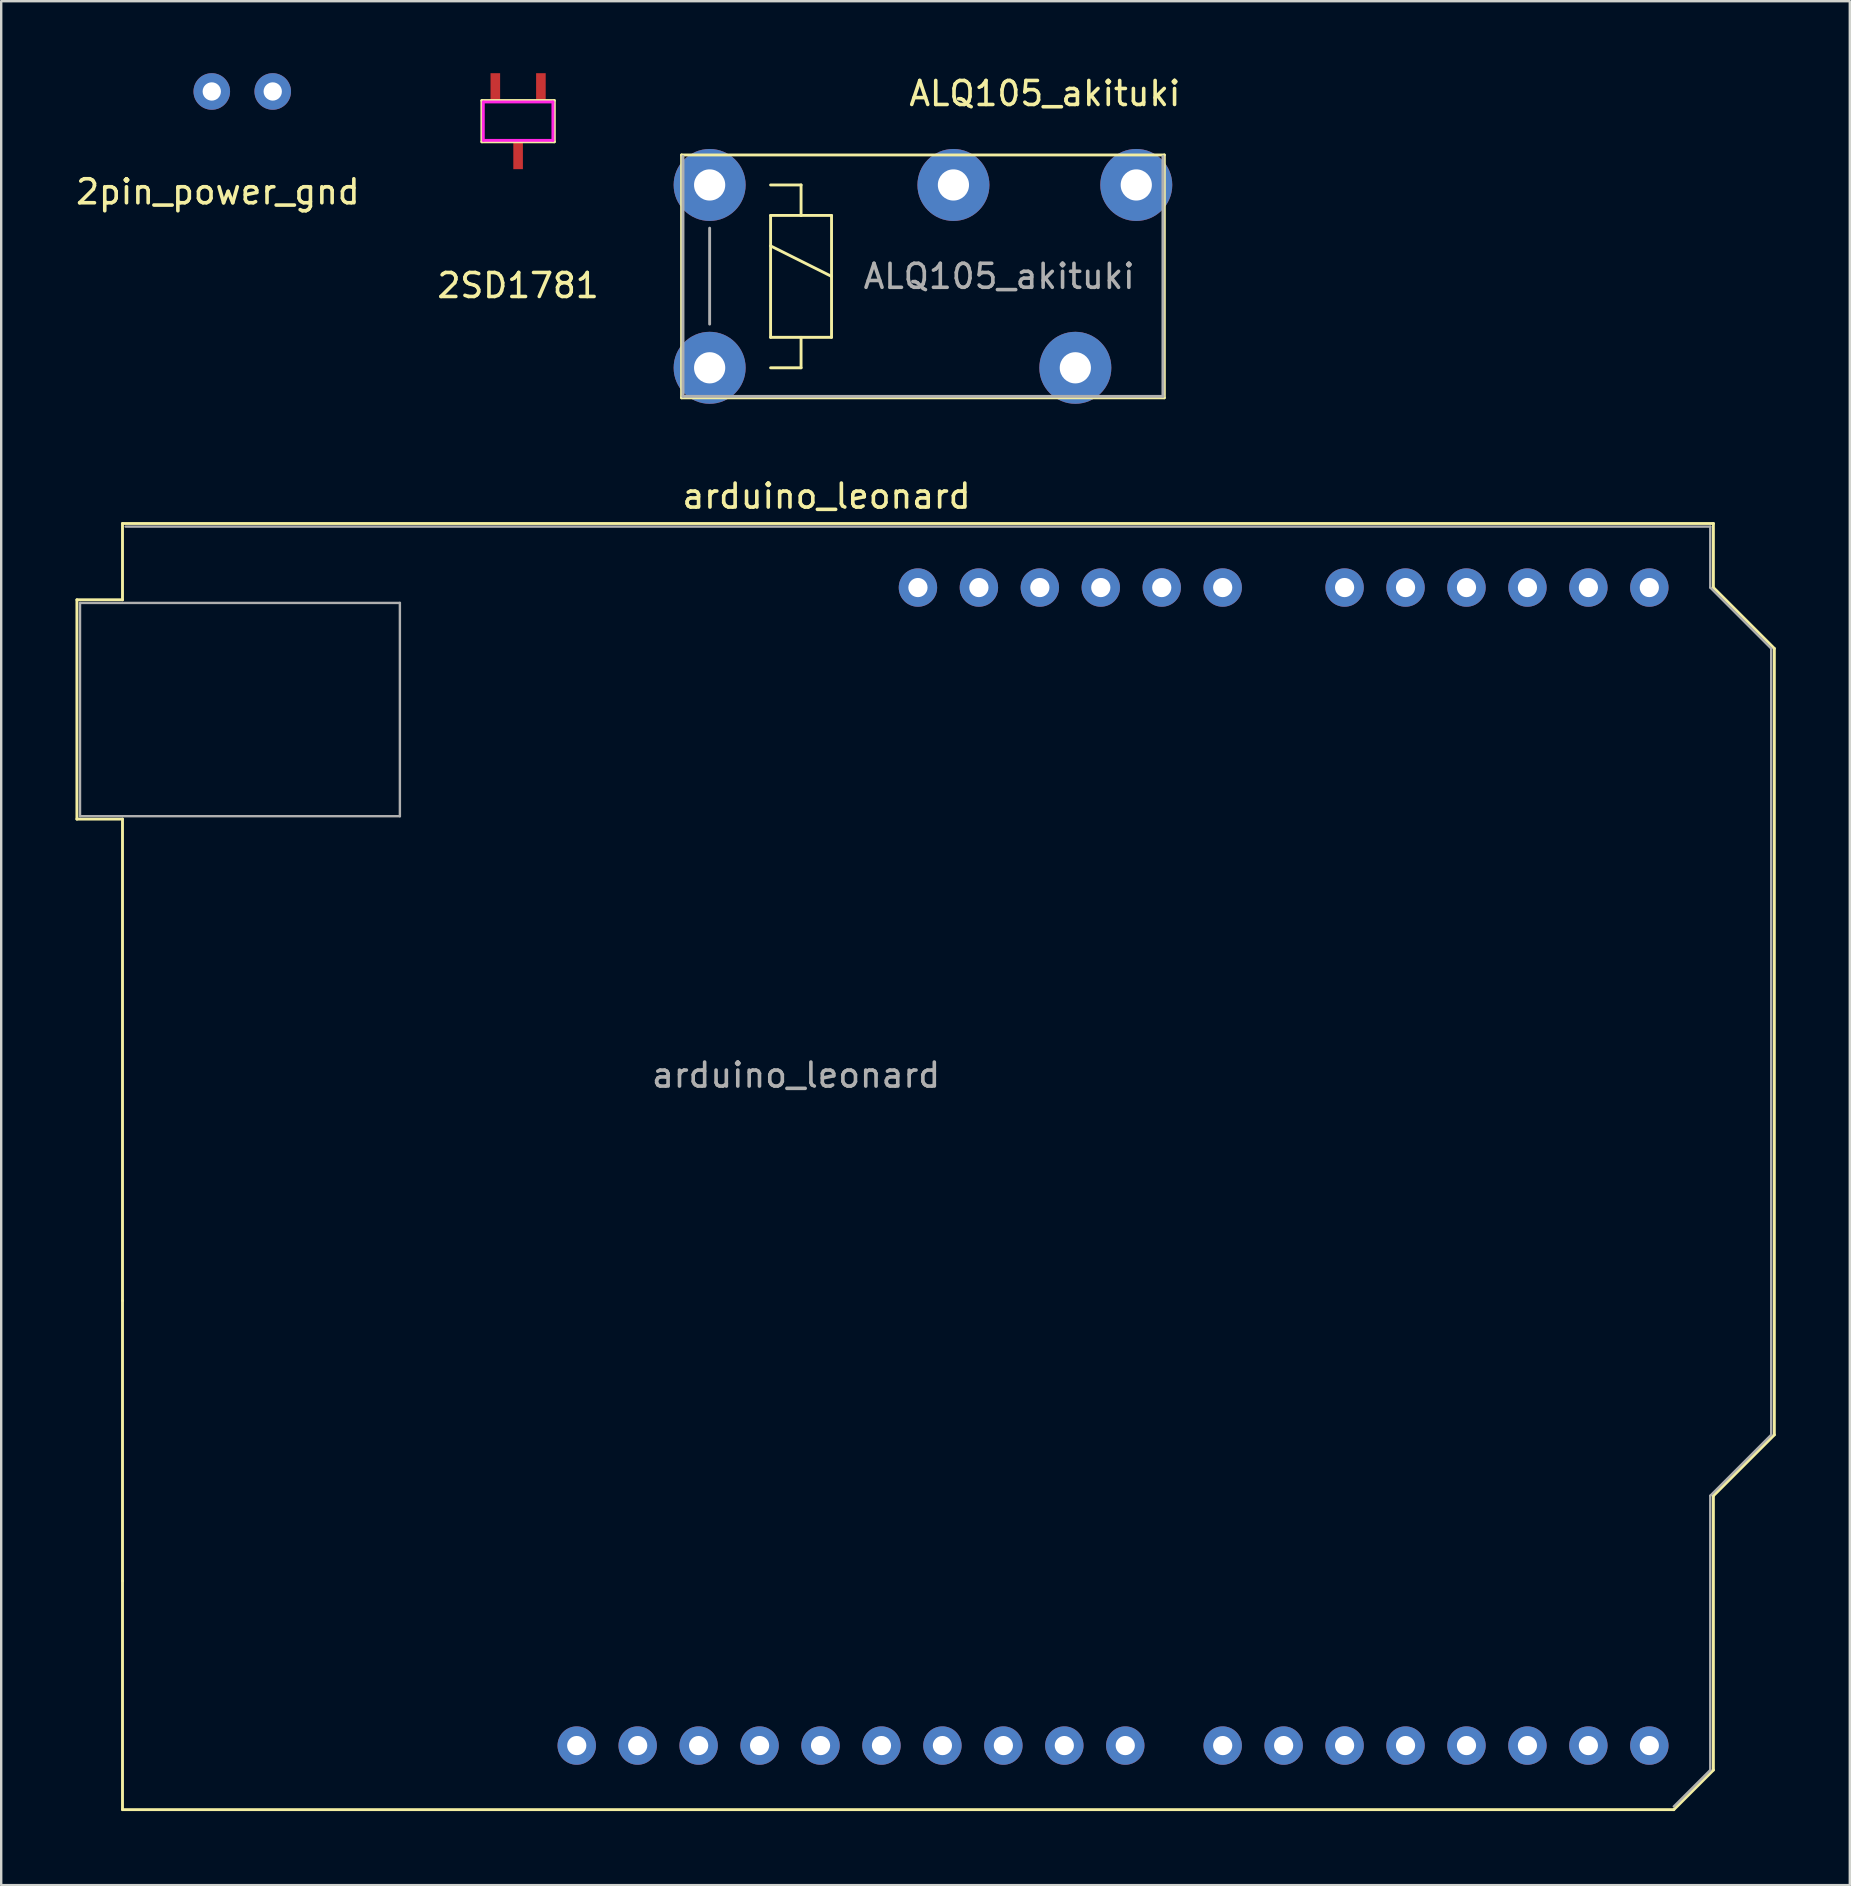
<source format=kicad_pcb>
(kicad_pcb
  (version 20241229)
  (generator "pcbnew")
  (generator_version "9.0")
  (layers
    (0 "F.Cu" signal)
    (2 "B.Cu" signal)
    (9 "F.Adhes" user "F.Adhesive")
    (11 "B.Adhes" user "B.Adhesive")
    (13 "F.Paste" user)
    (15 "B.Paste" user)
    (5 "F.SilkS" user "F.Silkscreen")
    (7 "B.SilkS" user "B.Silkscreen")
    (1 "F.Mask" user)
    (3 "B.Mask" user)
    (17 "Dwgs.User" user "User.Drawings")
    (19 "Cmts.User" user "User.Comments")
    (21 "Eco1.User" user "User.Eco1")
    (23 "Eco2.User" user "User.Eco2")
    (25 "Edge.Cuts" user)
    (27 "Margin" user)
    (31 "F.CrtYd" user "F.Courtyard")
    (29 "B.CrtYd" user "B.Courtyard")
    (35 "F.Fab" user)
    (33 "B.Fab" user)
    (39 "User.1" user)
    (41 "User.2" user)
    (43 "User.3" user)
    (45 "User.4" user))
  (footprint "2SD1781"
    (layer "F.Cu")
    (at 18.542 2)
    (property "Reference" "2SD1781" (at 0 6.85 0) (layer "F.SilkS") (effects (font (size 1 1) (thickness 0.15))))
    (attr through_hole)
    (fp_line (start -1.51 -0.86) (end -1.51 0.86) (stroke (width 0.12) (type solid)) (layer "F.SilkS"))
    (fp_line (start 1.51 -0.86) (end -1.51 -0.86) (stroke (width 0.12) (type solid)) (layer "F.SilkS"))
    (fp_line (start 1.51 -0.86) (end 1.51 0.86) (stroke (width 0.12) (type solid)) (layer "F.SilkS"))
    (fp_line (start 1.51 0.86) (end -1.51 0.86) (stroke (width 0.12) (type solid)) (layer "F.SilkS"))
    (fp_line (start -1.45 -0.8) (end -1.45 0.8) (stroke (width 0.12) (type solid)) (layer "F.CrtYd"))
    (fp_line (start 1.45 -0.8) (end -1.45 -0.8) (stroke (width 0.12) (type solid)) (layer "F.CrtYd"))
    (fp_line (start 1.45 -0.8) (end 1.45 0.8) (stroke (width 0.12) (type solid)) (layer "F.CrtYd"))
    (fp_line (start 1.45 0.8) (end -1.45 0.8) (stroke (width 0.12) (type solid)) (layer "F.CrtYd"))
    (pad "B" smd rect (at 0.95 -1.4) (size 0.4 1.2) (layers "F.Cu" "F.Mask" "F.Paste"))
    (pad "C" smd rect (at 0 1.4) (size 0.4 1.2) (layers "F.Cu" "F.Mask" "F.Paste"))
    (pad "E" smd rect (at -0.95 -1.4) (size 0.4 1.2) (layers "F.Cu" "F.Mask" "F.Paste")))
  (footprint "arduino_leonard"
    (layer "F.Cu")
    (at 30.125 21.436)
    (property "Reference" "arduino_leonard" (at 1.27 -3.81 180) (layer "F.SilkS") (effects (font (size 1 1) (thickness 0.15))))
    (attr through_hole)
    (fp_line (start -29.97 0.51) (end -29.97 9.65) (stroke (width 0.12) (type solid)) (layer "F.SilkS"))
    (fp_line (start -29.97 9.65) (end -28.07 9.65) (stroke (width 0.12) (type solid)) (layer "F.SilkS"))
    (fp_line (start -28.07 -2.67) (end -28.07 0.51) (stroke (width 0.12) (type solid)) (layer "F.SilkS"))
    (fp_line (start -28.07 0.51) (end -29.97 0.51) (stroke (width 0.12) (type solid)) (layer "F.SilkS"))
    (fp_line (start -28.07 9.65) (end -28.07 29.72) (stroke (width 0.12) (type solid)) (layer "F.SilkS"))
    (fp_line (start -28.07 29.72) (end -28.07 41.4) (stroke (width 0.12) (type solid)) (layer "F.SilkS"))
    (fp_line (start -28.07 41.4) (end -28.07 50.93) (stroke (width 0.12) (type solid)) (layer "F.SilkS"))
    (fp_line (start -28.07 50.93) (end 36.58 50.93) (stroke (width 0.12) (type solid)) (layer "F.SilkS"))
    (fp_line (start 36.58 50.93) (end 38.23 49.28) (stroke (width 0.12) (type solid)) (layer "F.SilkS"))
    (fp_line (start 38.23 -2.67) (end -28.07 -2.67) (stroke (width 0.12) (type solid)) (layer "F.SilkS"))
    (fp_line (start 38.23 0) (end 38.23 -2.67) (stroke (width 0.12) (type solid)) (layer "F.SilkS"))
    (fp_line (start 38.23 37.85) (end 40.77 35.31) (stroke (width 0.12) (type solid)) (layer "F.SilkS"))
    (fp_line (start 38.23 49.28) (end 38.23 37.85) (stroke (width 0.12) (type solid)) (layer "F.SilkS"))
    (fp_line (start 40.77 2.54) (end 38.23 0) (stroke (width 0.12) (type solid)) (layer "F.SilkS"))
    (fp_line (start 40.77 35.31) (end 40.77 2.54) (stroke (width 0.12) (type solid)) (layer "F.SilkS"))
    (fp_line (start -30.1 0.38) (end -28.19 0.38) (stroke (width 0.05) (type solid)) (layer "Eco1.User"))
    (fp_line (start -30.1 9.78) (end -30.1 0.38) (stroke (width 0.05) (type solid)) (layer "Eco1.User"))
    (fp_line (start -28.19 -2.79) (end 38.35 -2.79) (stroke (width 0.05) (type solid)) (layer "Eco1.User"))
    (fp_line (start -28.19 0.38) (end -28.19 -2.79) (stroke (width 0.05) (type solid)) (layer "Eco1.User"))
    (fp_line (start -28.19 9.78) (end -30.1 9.78) (stroke (width 0.05) (type solid)) (layer "Eco1.User"))
    (fp_line (start -28.19 29.59) (end -28.19 9.78) (stroke (width 0.05) (type solid)) (layer "Eco1.User"))
    (fp_line (start -28.19 29.59) (end -28.19 41.53) (stroke (width 0.05) (type solid)) (layer "Eco1.User"))
    (fp_line (start -28.19 51.05) (end -28.19 41.53) (stroke (width 0.05) (type solid)) (layer "Eco1.User"))
    (fp_line (start -26.67 37) (end -22.86 37) (stroke (width 0.12) (type solid)) (layer "Eco1.User"))
    (fp_line (start 36.58 51.05) (end -28.19 51.05) (stroke (width 0.05) (type solid)) (layer "Eco1.User"))
    (fp_line (start 38.35 -2.79) (end 38.35 0) (stroke (width 0.05) (type solid)) (layer "Eco1.User"))
    (fp_line (start 38.35 0) (end 40.89 2.54) (stroke (width 0.05) (type solid)) (layer "Eco1.User"))
    (fp_line (start 38.35 37.85) (end 38.35 49.28) (stroke (width 0.05) (type solid)) (layer "Eco1.User"))
    (fp_line (start 38.35 49.28) (end 36.58 51.05) (stroke (width 0.05) (type solid)) (layer "Eco1.User"))
    (fp_line (start 40.89 2.54) (end 40.89 35.31) (stroke (width 0.05) (type solid)) (layer "Eco1.User"))
    (fp_line (start 40.89 35.31) (end 38.35 37.85) (stroke (width 0.05) (type solid)) (layer "Eco1.User"))
    (fp_line (start -29.84 0.64) (end -16.51 0.64) (stroke (width 0.1) (type solid)) (layer "F.Fab"))
    (fp_line (start -29.84 9.53) (end -29.84 0.64) (stroke (width 0.1) (type solid)) (layer "F.Fab"))
    (fp_line (start -27.94 -2.54) (end 38.1 -2.54) (stroke (width 0.1) (type solid)) (layer "F.Fab"))
    (fp_line (start -16.51 0.64) (end -16.51 9.53) (stroke (width 0.1) (type solid)) (layer "F.Fab"))
    (fp_line (start -16.51 9.53) (end -29.84 9.53) (stroke (width 0.1) (type solid)) (layer "F.Fab"))
    (fp_line (start 38.1 -2.54) (end 38.1 0) (stroke (width 0.1) (type solid)) (layer "F.Fab"))
    (fp_line (start 38.1 0) (end 40.64 2.54) (stroke (width 0.1) (type solid)) (layer "F.Fab"))
    (fp_line (start 38.1 37.85) (end 38.1 49.28) (stroke (width 0.1) (type solid)) (layer "F.Fab"))
    (fp_line (start 38.1 49.28) (end 36.58 50.8) (stroke (width 0.1) (type solid)) (layer "F.Fab"))
    (fp_line (start 40.64 2.54) (end 40.64 35.31) (stroke (width 0.1) (type solid)) (layer "F.Fab"))
    (fp_line (start 40.64 35.31) (end 38.1 37.85) (stroke (width 0.1) (type solid)) (layer "F.Fab"))
    (fp_text user "${REFERENCE}" (at 0 20.32 180) (layer "F.Fab") (effects (font (size 1 1) (thickness 0.15))))
    (pad "+5V" thru_hole oval (at 10.16 0 90) (size 1.6 1.6) (drill 0.8) (layers "*.Cu" "*.Mask"))
    (pad "3V3" thru_hole oval (at 7.62 0 90) (size 1.6 1.6) (drill 0.8) (layers "*.Cu" "*.Mask"))
    (pad "A0" thru_hole oval (at 22.86 0 90) (size 1.6 1.6) (drill 0.8) (layers "*.Cu" "*.Mask"))
    (pad "A1" thru_hole oval (at 25.4 0 90) (size 1.6 1.6) (drill 0.8) (layers "*.Cu" "*.Mask"))
    (pad "A2" thru_hole oval (at 27.94 0 90) (size 1.6 1.6) (drill 0.8) (layers "*.Cu" "*.Mask"))
    (pad "A3" thru_hole oval (at 30.48 0 90) (size 1.6 1.6) (drill 0.8) (layers "*.Cu" "*.Mask"))
    (pad "A4" thru_hole oval (at 33.02 0 90) (size 1.6 1.6) (drill 0.8) (layers "*.Cu" "*.Mask"))
    (pad "A5" thru_hole oval (at 35.56 0 90) (size 1.6 1.6) (drill 0.8) (layers "*.Cu" "*.Mask"))
    (pad "AREF" thru_hole oval (at -4.06 48.26 90) (size 1.6 1.6) (drill 0.8) (layers "*.Cu" "*.Mask"))
    (pad "D0/RX" thru_hole oval (at 35.56 48.26 90) (size 1.6 1.6) (drill 0.8) (layers "*.Cu" "*.Mask"))
    (pad "D1/TX" thru_hole oval (at 33.02 48.26 90) (size 1.6 1.6) (drill 0.8) (layers "*.Cu" "*.Mask"))
    (pad "D2/SDA" thru_hole oval (at 30.48 48.26 90) (size 1.6 1.6) (drill 0.8) (layers "*.Cu" "*.Mask"))
    (pad "D3/SCL" thru_hole oval (at 27.94 48.26 90) (size 1.6 1.6) (drill 0.8) (layers "*.Cu" "*.Mask"))
    (pad "D4" thru_hole oval (at 25.4 48.26 90) (size 1.6 1.6) (drill 0.8) (layers "*.Cu" "*.Mask"))
    (pad "D5" thru_hole oval (at 22.86 48.26 90) (size 1.6 1.6) (drill 0.8) (layers "*.Cu" "*.Mask"))
    (pad "D6" thru_hole oval (at 20.32 48.26 90) (size 1.6 1.6) (drill 0.8) (layers "*.Cu" "*.Mask"))
    (pad "D7" thru_hole oval (at 17.78 48.26 90) (size 1.6 1.6) (drill 0.8) (layers "*.Cu" "*.Mask"))
    (pad "D8" thru_hole oval (at 13.72 48.26 90) (size 1.6 1.6) (drill 0.8) (layers "*.Cu" "*.Mask"))
    (pad "D9" thru_hole oval (at 11.18 48.26 90) (size 1.6 1.6) (drill 0.8) (layers "*.Cu" "*.Mask"))
    (pad "D10" thru_hole oval (at 8.64 48.26 90) (size 1.6 1.6) (drill 0.8) (layers "*.Cu" "*.Mask"))
    (pad "D11" thru_hole oval (at 6.1 48.26 90) (size 1.6 1.6) (drill 0.8) (layers "*.Cu" "*.Mask"))
    (pad "D12" thru_hole oval (at 3.56 48.26 90) (size 1.6 1.6) (drill 0.8) (layers "*.Cu" "*.Mask"))
    (pad "D13" thru_hole oval (at 1.02 48.26 90) (size 1.6 1.6) (drill 0.8) (layers "*.Cu" "*.Mask"))
    (pad "GND" thru_hole oval (at -1.52 48.26 90) (size 1.6 1.6) (drill 0.8) (layers "*.Cu" "*.Mask"))
    (pad "GND" thru_hole oval (at 12.7 0 90) (size 1.6 1.6) (drill 0.8) (layers "*.Cu" "*.Mask"))
    (pad "GND" thru_hole oval (at 15.24 0 90) (size 1.6 1.6) (drill 0.8) (layers "*.Cu" "*.Mask"))
    (pad "RESET" thru_hole oval (at 5.08 0 90) (size 1.6 1.6) (drill 0.8) (layers "*.Cu" "*.Mask"))
    (pad "SCL" thru_hole oval (at -9.14 48.26 90) (size 1.6 1.6) (drill 0.8) (layers "*.Cu" "*.Mask"))
    (pad "SDA" thru_hole oval (at -6.6 48.26 90) (size 1.6 1.6) (drill 0.8) (layers "*.Cu" "*.Mask"))
    (pad "VIN" thru_hole oval (at 17.78 0 90) (size 1.6 1.6) (drill 0.8) (layers "*.Cu" "*.Mask")))
  (footprint "ALQ105_akituki"
    (layer "F.Cu")
    (at 26.524 4.658)
    (property "Reference" "ALQ105_akituki" (at 13.97 -3.81 0) (layer "F.SilkS") (effects (font (size 1 1) (thickness 0.15))))
    (attr through_hole)
    (fp_line (start -1.17 -1.25) (end 18.95 -1.25) (stroke (width 0.12) (type solid)) (layer "F.SilkS"))
    (fp_line (start -1.17 8.87) (end -1.17 -1.25) (stroke (width 0.12) (type solid)) (layer "F.SilkS"))
    (fp_line (start 2.54 0) (end 3.81 0) (stroke (width 0.12) (type solid)) (layer "F.SilkS"))
    (fp_line (start 2.54 1.27) (end 3.81 1.27) (stroke (width 0.12) (type solid)) (layer "F.SilkS"))
    (fp_line (start 2.54 2.54) (end 5.08 3.81) (stroke (width 0.12) (type solid)) (layer "F.SilkS"))
    (fp_line (start 2.54 6.35) (end 2.54 1.27) (stroke (width 0.12) (type solid)) (layer "F.SilkS"))
    (fp_line (start 3.81 0) (end 3.81 1.27) (stroke (width 0.12) (type solid)) (layer "F.SilkS"))
    (fp_line (start 3.81 1.27) (end 5.08 1.27) (stroke (width 0.12) (type solid)) (layer "F.SilkS"))
    (fp_line (start 3.81 6.35) (end 3.81 7.62) (stroke (width 0.12) (type solid)) (layer "F.SilkS"))
    (fp_line (start 3.81 7.62) (end 2.54 7.62) (stroke (width 0.12) (type solid)) (layer "F.SilkS"))
    (fp_line (start 5.08 1.27) (end 5.08 6.35) (stroke (width 0.12) (type solid)) (layer "F.SilkS"))
    (fp_line (start 5.08 6.35) (end 2.54 6.35) (stroke (width 0.12) (type solid)) (layer "F.SilkS"))
    (fp_line (start 18.95 -1.25) (end 18.95 8.87) (stroke (width 0.12) (type solid)) (layer "F.SilkS"))
    (fp_line (start 18.95 8.87) (end -1.17 8.87) (stroke (width 0.12) (type solid)) (layer "F.SilkS"))
    (fp_line (start -1.11 8.81) (end -1.11 -1.19) (stroke (width 0.12) (type solid)) (layer "F.Fab"))
    (fp_line (start 0 1.8) (end 0 5.8) (stroke (width 0.12) (type solid)) (layer "F.Fab"))
    (fp_line (start 18.89 -1.19) (end 18.89 8.81) (stroke (width 0.12) (type solid)) (layer "F.Fab"))
    (fp_line (start 18.89 8.81) (end -1.11 8.81) (stroke (width 0.12) (type solid)) (layer "F.Fab"))
    (fp_text user "${REFERENCE}" (at 12.065 3.81 0) (layer "F.Fab") (effects (font (size 1 1) (thickness 0.15))))
    (pad "C1" thru_hole circle (at 0 0) (size 3 3) (drill 1.3) (layers "*.Cu" "*.Mask"))
    (pad "C2" thru_hole circle (at 0 7.62) (size 3 3) (drill 1.3) (layers "*.Cu" "*.Mask"))
    (pad "COM" thru_hole circle (at 10.16 0) (size 3 3) (drill 1.3) (layers "*.Cu" "*.Mask"))
    (pad "NC" thru_hole circle (at 15.24 7.62) (size 3 3) (drill 1.3) (layers "*.Cu" "*.Mask"))
    (pad "NO" thru_hole circle (at 17.78 0) (size 3 3) (drill 1.3) (layers "*.Cu" "*.Mask")))
  (footprint "2pin_power_gnd"
    (layer "F.Cu")
    (at 5.776 0.762)
    (property "Reference" "2pin_power_gnd" (at 0.254 4.183 0) (layer "F.SilkS") (effects (font (size 1 1) (thickness 0.15))))
    (attr through_hole)
    (pad "1" thru_hole circle (at 0 0) (size 1.524 1.524) (drill 0.762) (layers "*.Cu" "*.Mask"))
    (pad "2" thru_hole circle (at 2.54 0) (size 1.524 1.524) (drill 0.762) (layers "*.Cu" "*.Mask")))
  (gr_rect
    (start -3 -3)
    (end 74.04 75.511)
    (stroke (width 0.1) (type default))
    (fill no)
    (layer "Edge.Cuts")))
</source>
